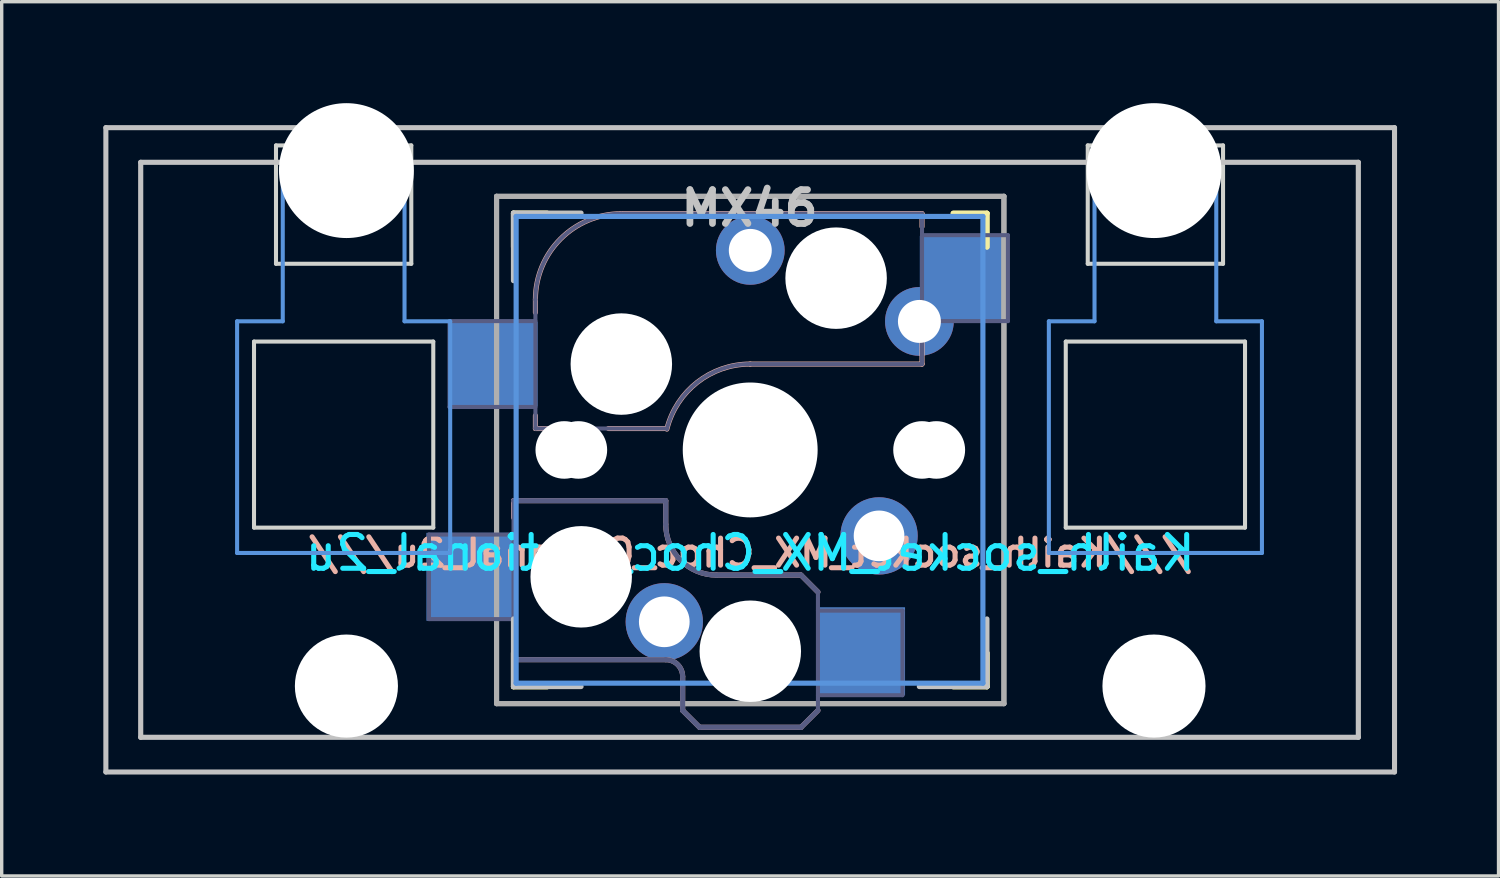
<source format=kicad_pcb>
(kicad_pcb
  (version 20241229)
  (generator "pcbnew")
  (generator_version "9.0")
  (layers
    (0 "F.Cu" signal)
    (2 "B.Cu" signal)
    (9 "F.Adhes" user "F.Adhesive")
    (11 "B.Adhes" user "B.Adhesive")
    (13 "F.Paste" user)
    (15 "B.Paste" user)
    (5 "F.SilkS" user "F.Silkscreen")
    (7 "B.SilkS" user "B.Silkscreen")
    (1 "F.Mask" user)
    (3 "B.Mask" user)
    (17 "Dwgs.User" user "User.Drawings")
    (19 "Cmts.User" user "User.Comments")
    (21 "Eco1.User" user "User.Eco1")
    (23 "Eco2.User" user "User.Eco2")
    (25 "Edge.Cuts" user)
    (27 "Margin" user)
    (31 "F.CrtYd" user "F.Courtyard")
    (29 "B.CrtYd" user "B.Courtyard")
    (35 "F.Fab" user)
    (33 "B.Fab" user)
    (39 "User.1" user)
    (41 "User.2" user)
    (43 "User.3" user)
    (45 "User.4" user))
  (footprint "Kailh_socket_MX_Choc_Optional_2u"
    (layer "F.Cu")
    (at 19.13 10.249)
    (property "Reference" "Kailh_socket_MX_Choc_Optional_2u" (at 0 3.048 0) (layer "B.CrtYd") (effects (font (size 1 1) (thickness 0.15)) (justify mirror)))
    (attr smd)
    (fp_line (start -7 -5.995) (end -7 -6.995) (stroke (width 0.15) (type solid)) (layer "F.SilkS"))
    (fp_line (start -7 7.005) (end -7 6.005) (stroke (width 0.15) (type solid)) (layer "F.SilkS"))
    (fp_line (start -7 7.005) (end -6 7.005) (stroke (width 0.15) (type solid)) (layer "F.SilkS"))
    (fp_line (start -6.997 -5.995) (end -6.997 -6.995) (stroke (width 0.15) (type solid)) (layer "F.SilkS"))
    (fp_line (start -6.997 7.005) (end -6.997 6.005) (stroke (width 0.15) (type solid)) (layer "F.SilkS"))
    (fp_line (start -6.997 7.005) (end -5.997 7.005) (stroke (width 0.15) (type solid)) (layer "F.SilkS"))
    (fp_line (start -6 -6.995) (end -7 -6.995) (stroke (width 0.15) (type solid)) (layer "F.SilkS"))
    (fp_line (start -5.997 -6.995) (end -6.997 -6.995) (stroke (width 0.15) (type solid)) (layer "F.SilkS"))
    (fp_line (start 6 7.005) (end 7 7.005) (stroke (width 0.15) (type solid)) (layer "F.SilkS"))
    (fp_line (start 6.003 7.005) (end 7.003 7.005) (stroke (width 0.15) (type solid)) (layer "F.SilkS"))
    (fp_line (start 7 -6.995) (end 6 -6.995) (stroke (width 0.15) (type solid)) (layer "F.SilkS"))
    (fp_line (start 7 -6.995) (end 7 -5.995) (stroke (width 0.15) (type solid)) (layer "F.SilkS"))
    (fp_line (start 7 6.005) (end 7 7.005) (stroke (width 0.15) (type solid)) (layer "F.SilkS"))
    (fp_line (start 7.003 -6.995) (end 6.003 -6.995) (stroke (width 0.15) (type solid)) (layer "F.SilkS"))
    (fp_line (start 7.003 -6.995) (end 7.003 -5.995) (stroke (width 0.15) (type solid)) (layer "F.SilkS"))
    (fp_line (start 7.003 6.005) (end 7.003 7.005) (stroke (width 0.15) (type solid)) (layer "F.SilkS"))
    (fp_line (start -6.997 1.504) (end -6.997 2.005) (stroke (width 0.15) (type solid)) (layer "B.SilkS"))
    (fp_line (start -6.997 5.604) (end -6.997 6.205) (stroke (width 0.15) (type solid)) (layer "B.SilkS"))
    (fp_line (start -6.997 6.205) (end -2.497 6.205) (stroke (width 0.15) (type solid)) (layer "B.SilkS"))
    (fp_line (start -6.35 -4.441) (end -6.35 -4.059) (stroke (width 0.15) (type solid)) (layer "B.SilkS"))
    (fp_line (start -6.35 -1.012) (end -6.35 -0.63) (stroke (width 0.15) (type solid)) (layer "B.SilkS"))
    (fp_line (start -6.35 -0.63) (end -5.969 -0.63) (stroke (width 0.15) (type solid)) (layer "B.SilkS"))
    (fp_line (start -4.191 -0.63) (end -2.54 -0.63) (stroke (width 0.15) (type solid)) (layer "B.SilkS"))
    (fp_line (start -2.497 1.504) (end -6.997 1.504) (stroke (width 0.15) (type solid)) (layer "B.SilkS"))
    (fp_line (start -2.497 2.204) (end -2.497 1.504) (stroke (width 0.15) (type solid)) (layer "B.SilkS"))
    (fp_line (start -1.997 6.705) (end -1.997 7.705) (stroke (width 0.15) (type solid)) (layer "B.SilkS"))
    (fp_line (start -1.497 8.204) (end -1.997 7.705) (stroke (width 0.15) (type solid)) (layer "B.SilkS"))
    (fp_line (start 0 -2.535) (end 5.08 -2.535) (stroke (width 0.15) (type solid)) (layer "B.SilkS"))
    (fp_line (start 1.503 3.704) (end -0.997 3.704) (stroke (width 0.15) (type solid)) (layer "B.SilkS"))
    (fp_line (start 1.503 8.204) (end -1.497 8.204) (stroke (width 0.15) (type solid)) (layer "B.SilkS"))
    (fp_line (start 2.003 4.205) (end 1.503 3.704) (stroke (width 0.15) (type solid)) (layer "B.SilkS"))
    (fp_line (start 2.003 7.705) (end 1.503 8.204) (stroke (width 0.15) (type solid)) (layer "B.SilkS"))
    (fp_line (start 5.08 -6.981) (end -3.81 -6.981) (stroke (width 0.15) (type solid)) (layer "B.SilkS"))
    (fp_line (start 5.08 -6.599) (end 5.08 -6.981) (stroke (width 0.15) (type solid)) (layer "B.SilkS"))
    (fp_line (start 5.08 -2.535) (end 5.08 -3.551) (stroke (width 0.15) (type solid)) (layer "B.SilkS"))
    (fp_arc (start -6.35 -4.4405) (mid -5.606051 -6.236551) (end -3.81 -6.9805) (stroke (width 0.15) (type solid)) (layer "B.SilkS"))
    (fp_arc (start -2.497 6.2045) (mid -2.143447 6.350947) (end -1.997 6.7045) (stroke (width 0.15) (type solid)) (layer "B.SilkS"))
    (fp_arc (start -2.464162 -0.61154) (mid -1.563147 -1.997542) (end 0 -2.5355) (stroke (width 0.15) (type solid)) (layer "B.SilkS"))
    (fp_arc (start -0.997 3.7045) (mid -2.05766 3.26516) (end -2.497 2.2045) (stroke (width 0.15) (type solid)) (layer "B.SilkS"))
    (fp_line (start -19.05 -9.525) (end 19.05 -9.525) (stroke (width 0.15) (type solid)) (layer "Dwgs.User"))
    (fp_line (start -19.05 9.525) (end -19.05 -9.525) (stroke (width 0.15) (type solid)) (layer "Dwgs.User"))
    (fp_line (start -18.02 -8.5) (end 17.98 -8.5) (stroke (width 0.152) (type solid)) (layer "Dwgs.User"))
    (fp_line (start -18.02 8.5) (end -18.02 -8.5) (stroke (width 0.152) (type solid)) (layer "Dwgs.User"))
    (fp_line (start -7 -7) (end -7 -5) (stroke (width 0.15) (type solid)) (layer "Dwgs.User"))
    (fp_line (start -7 5) (end -7 7) (stroke (width 0.15) (type solid)) (layer "Dwgs.User"))
    (fp_line (start -7 7) (end -5 7) (stroke (width 0.15) (type solid)) (layer "Dwgs.User"))
    (fp_line (start -5 -7) (end -7 -7) (stroke (width 0.15) (type solid)) (layer "Dwgs.User"))
    (fp_line (start 5 7) (end 7 7) (stroke (width 0.15) (type solid)) (layer "Dwgs.User"))
    (fp_line (start 7 7) (end 7 5) (stroke (width 0.15) (type solid)) (layer "Dwgs.User"))
    (fp_line (start 17.98 -8.5) (end 17.98 8.5) (stroke (width 0.152) (type solid)) (layer "Dwgs.User"))
    (fp_line (start 17.98 8.5) (end -18.02 8.5) (stroke (width 0.152) (type solid)) (layer "Dwgs.User"))
    (fp_line (start 19.05 -9.525) (end 19.05 9.525) (stroke (width 0.15) (type solid)) (layer "Dwgs.User"))
    (fp_line (start 19.05 9.525) (end -19.05 9.525) (stroke (width 0.15) (type solid)) (layer "Dwgs.User"))
    (fp_line (start -15.17 -3.8) (end -13.82 -3.8) (stroke (width 0.12) (type solid)) (layer "Cmts.User"))
    (fp_line (start -15.17 3.05) (end -15.17 -3.8) (stroke (width 0.12) (type solid)) (layer "Cmts.User"))
    (fp_line (start -15.17 3.05) (end -8.87 3.05) (stroke (width 0.12) (type solid)) (layer "Cmts.User"))
    (fp_line (start -13.82 -8.45) (end -13.82 -3.8) (stroke (width 0.12) (type solid)) (layer "Cmts.User"))
    (fp_line (start -13.82 -8.45) (end -10.22 -8.45) (stroke (width 0.12) (type solid)) (layer "Cmts.User"))
    (fp_line (start -10.22 -8.45) (end -10.22 -3.8) (stroke (width 0.12) (type solid)) (layer "Cmts.User"))
    (fp_line (start -10.22 -3.8) (end -8.87 -3.8) (stroke (width 0.12) (type solid)) (layer "Cmts.User"))
    (fp_line (start -8.87 3.05) (end -8.87 -3.8) (stroke (width 0.12) (type solid)) (layer "Cmts.User"))
    (fp_line (start -6.92 -6.9) (end 6.88 -6.9) (stroke (width 0.152) (type solid)) (layer "Cmts.User"))
    (fp_line (start -6.92 6.9) (end -6.92 -6.9) (stroke (width 0.152) (type solid)) (layer "Cmts.User"))
    (fp_line (start 6.88 -6.9) (end 6.88 6.9) (stroke (width 0.152) (type solid)) (layer "Cmts.User"))
    (fp_line (start 6.88 6.9) (end -6.92 6.9) (stroke (width 0.152) (type solid)) (layer "Cmts.User"))
    (fp_line (start 8.83 -3.8) (end 10.18 -3.8) (stroke (width 0.12) (type solid)) (layer "Cmts.User"))
    (fp_line (start 8.83 3.05) (end 8.83 -3.8) (stroke (width 0.12) (type solid)) (layer "Cmts.User"))
    (fp_line (start 8.83 3.05) (end 15.13 3.05) (stroke (width 0.12) (type solid)) (layer "Cmts.User"))
    (fp_line (start 10.18 -8.45) (end 10.18 -3.8) (stroke (width 0.12) (type solid)) (layer "Cmts.User"))
    (fp_line (start 10.18 -8.45) (end 13.78 -8.45) (stroke (width 0.12) (type solid)) (layer "Cmts.User"))
    (fp_line (start 13.78 -8.45) (end 13.78 -3.8) (stroke (width 0.12) (type solid)) (layer "Cmts.User"))
    (fp_line (start 13.78 -3.8) (end 15.13 -3.8) (stroke (width 0.12) (type solid)) (layer "Cmts.User"))
    (fp_line (start 15.13 3.05) (end 15.13 -3.8) (stroke (width 0.12) (type solid)) (layer "Cmts.User"))
    (fp_line (start -19.07 -9.525) (end -19.07 9.525) (stroke (width 0.12) (type solid)) (layer "Eco1.User"))
    (fp_line (start -19.07 -9.525) (end 19.03 -9.525) (stroke (width 0.12) (type solid)) (layer "Eco1.User"))
    (fp_line (start -19.07 9.525) (end 19.03 9.525) (stroke (width 0.12) (type solid)) (layer "Eco1.User"))
    (fp_line (start 19.03 -9.525) (end 19.03 9.525) (stroke (width 0.12) (type solid)) (layer "Eco1.User"))
    (fp_line (start -6.9 6.904) (end -6.9 -6.896) (stroke (width 0.15) (type solid)) (layer "Eco2.User"))
    (fp_line (start -6.9 6.904) (end 6.9 6.904) (stroke (width 0.15) (type solid)) (layer "Eco2.User"))
    (fp_line (start -6.897 6.904) (end -6.897 -6.896) (stroke (width 0.15) (type solid)) (layer "Eco2.User"))
    (fp_line (start -6.897 6.904) (end 6.903 6.904) (stroke (width 0.15) (type solid)) (layer "Eco2.User"))
    (fp_line (start 6.9 -6.896) (end -6.9 -6.896) (stroke (width 0.15) (type solid)) (layer "Eco2.User"))
    (fp_line (start 6.9 -6.896) (end 6.9 6.904) (stroke (width 0.15) (type solid)) (layer "Eco2.User"))
    (fp_line (start 6.903 -6.896) (end -6.897 -6.896) (stroke (width 0.15) (type solid)) (layer "Eco2.User"))
    (fp_line (start 6.903 -6.896) (end 6.903 6.904) (stroke (width 0.15) (type solid)) (layer "Eco2.User"))
    (fp_line (start -14.67 -3.2) (end -14.67 2.3) (stroke (width 0.12) (type solid)) (layer "Edge.Cuts"))
    (fp_line (start -14.67 -3.2) (end -9.37 -3.2) (stroke (width 0.12) (type solid)) (layer "Edge.Cuts"))
    (fp_line (start -14.67 2.3) (end -9.37 2.3) (stroke (width 0.12) (type solid)) (layer "Edge.Cuts"))
    (fp_line (start -14.02 -9) (end -14.02 -5.5) (stroke (width 0.12) (type solid)) (layer "Edge.Cuts"))
    (fp_line (start -14.02 -9) (end -10.02 -9) (stroke (width 0.12) (type solid)) (layer "Edge.Cuts"))
    (fp_line (start -14.02 -5.5) (end -10.02 -5.5) (stroke (width 0.12) (type solid)) (layer "Edge.Cuts"))
    (fp_line (start -10.02 -5.5) (end -10.02 -9) (stroke (width 0.12) (type solid)) (layer "Edge.Cuts"))
    (fp_line (start -9.37 2.3) (end -9.37 -3.2) (stroke (width 0.12) (type solid)) (layer "Edge.Cuts"))
    (fp_line (start 9.33 -3.2) (end 9.33 2.3) (stroke (width 0.12) (type solid)) (layer "Edge.Cuts"))
    (fp_line (start 9.33 -3.2) (end 14.63 -3.2) (stroke (width 0.12) (type solid)) (layer "Edge.Cuts"))
    (fp_line (start 9.33 2.3) (end 14.63 2.3) (stroke (width 0.12) (type solid)) (layer "Edge.Cuts"))
    (fp_line (start 9.98 -9) (end 9.98 -5.5) (stroke (width 0.12) (type solid)) (layer "Edge.Cuts"))
    (fp_line (start 9.98 -9) (end 13.98 -9) (stroke (width 0.12) (type solid)) (layer "Edge.Cuts"))
    (fp_line (start 9.98 -5.5) (end 13.98 -5.5) (stroke (width 0.12) (type solid)) (layer "Edge.Cuts"))
    (fp_line (start 13.98 -5.5) (end 13.98 -9) (stroke (width 0.12) (type solid)) (layer "Edge.Cuts"))
    (fp_line (start 14.63 2.3) (end 14.63 -3.2) (stroke (width 0.12) (type solid)) (layer "Edge.Cuts"))
    (fp_line (start -9.497 2.505) (end -6.997 2.505) (stroke (width 0.12) (type solid)) (layer "B.Fab"))
    (fp_line (start -9.497 5.005) (end -9.497 2.505) (stroke (width 0.12) (type solid)) (layer "B.Fab"))
    (fp_line (start -8.89 -3.805) (end -8.89 -1.266) (stroke (width 0.12) (type solid)) (layer "B.Fab"))
    (fp_line (start -8.89 -1.266) (end -6.35 -1.266) (stroke (width 0.12) (type solid)) (layer "B.Fab"))
    (fp_line (start -6.997 1.504) (end -6.997 6.205) (stroke (width 0.12) (type solid)) (layer "B.Fab"))
    (fp_line (start -6.997 5.005) (end -9.497 5.005) (stroke (width 0.12) (type solid)) (layer "B.Fab"))
    (fp_line (start -6.997 6.205) (end -2.497 6.205) (stroke (width 0.15) (type solid)) (layer "B.Fab"))
    (fp_line (start -6.35 -4.441) (end -6.35 -0.63) (stroke (width 0.12) (type solid)) (layer "B.Fab"))
    (fp_line (start -6.35 -3.805) (end -8.89 -3.805) (stroke (width 0.12) (type solid)) (layer "B.Fab"))
    (fp_line (start -6.35 -0.63) (end -2.54 -0.63) (stroke (width 0.12) (type solid)) (layer "B.Fab"))
    (fp_line (start -2.497 1.504) (end -6.997 1.504) (stroke (width 0.15) (type solid)) (layer "B.Fab"))
    (fp_line (start -2.497 2.204) (end -2.497 1.504) (stroke (width 0.15) (type solid)) (layer "B.Fab"))
    (fp_line (start -1.997 6.705) (end -1.997 7.705) (stroke (width 0.15) (type solid)) (layer "B.Fab"))
    (fp_line (start -1.497 8.204) (end -1.997 7.705) (stroke (width 0.15) (type solid)) (layer "B.Fab"))
    (fp_line (start 0 -2.535) (end 5.08 -2.535) (stroke (width 0.12) (type solid)) (layer "B.Fab"))
    (fp_line (start 1.503 3.704) (end -0.997 3.704) (stroke (width 0.15) (type solid)) (layer "B.Fab"))
    (fp_line (start 1.503 8.204) (end -1.497 8.204) (stroke (width 0.15) (type solid)) (layer "B.Fab"))
    (fp_line (start 2.003 4.205) (end 1.503 3.704) (stroke (width 0.15) (type solid)) (layer "B.Fab"))
    (fp_line (start 2.003 4.255) (end 2.003 7.705) (stroke (width 0.12) (type solid)) (layer "B.Fab"))
    (fp_line (start 2.003 4.755) (end 4.503 4.755) (stroke (width 0.12) (type solid)) (layer "B.Fab"))
    (fp_line (start 2.003 7.705) (end 1.503 8.204) (stroke (width 0.15) (type solid)) (layer "B.Fab"))
    (fp_line (start 4.503 4.755) (end 4.503 7.255) (stroke (width 0.12) (type solid)) (layer "B.Fab"))
    (fp_line (start 4.503 7.255) (end 2.003 7.255) (stroke (width 0.12) (type solid)) (layer "B.Fab"))
    (fp_line (start 5.08 -6.981) (end -3.81 -6.981) (stroke (width 0.12) (type solid)) (layer "B.Fab"))
    (fp_line (start 5.08 -3.805) (end 7.62 -3.805) (stroke (width 0.12) (type solid)) (layer "B.Fab"))
    (fp_line (start 5.08 -2.535) (end 5.08 -6.981) (stroke (width 0.12) (type solid)) (layer "B.Fab"))
    (fp_line (start 7.62 -6.346) (end 5.08 -6.346) (stroke (width 0.12) (type solid)) (layer "B.Fab"))
    (fp_line (start 7.62 -3.805) (end 7.62 -6.346) (stroke (width 0.12) (type solid)) (layer "B.Fab"))
    (fp_arc (start -6.35 -4.4405) (mid -5.606051 -6.236551) (end -3.81 -6.9805) (stroke (width 0.12) (type solid)) (layer "B.Fab"))
    (fp_arc (start -2.497 6.2045) (mid -2.143447 6.350947) (end -1.997 6.7045) (stroke (width 0.15) (type solid)) (layer "B.Fab"))
    (fp_arc (start -2.464162 -0.61154) (mid -1.563147 -1.997542) (end 0 -2.5355) (stroke (width 0.12) (type solid)) (layer "B.Fab"))
    (fp_arc (start -0.997 3.7045) (mid -2.05766 3.26516) (end -2.497 2.2045) (stroke (width 0.15) (type solid)) (layer "B.Fab"))
    (fp_line (start -7.5 -7.495) (end 7.5 -7.495) (stroke (width 0.15) (type solid)) (layer "F.Fab"))
    (fp_line (start -7.5 7.505) (end -7.5 -7.495) (stroke (width 0.15) (type solid)) (layer "F.Fab"))
    (fp_line (start -7.497 -7.495) (end 7.503 -7.495) (stroke (width 0.15) (type solid)) (layer "F.Fab"))
    (fp_line (start -7.497 7.505) (end -7.497 -7.495) (stroke (width 0.15) (type solid)) (layer "F.Fab"))
    (fp_line (start 7.5 -7.495) (end 7.5 7.505) (stroke (width 0.15) (type solid)) (layer "F.Fab"))
    (fp_line (start 7.5 7.505) (end -7.5 7.505) (stroke (width 0.15) (type solid)) (layer "F.Fab"))
    (fp_line (start 7.503 -7.495) (end 7.503 7.505) (stroke (width 0.15) (type solid)) (layer "F.Fab"))
    (fp_line (start 7.503 7.505) (end -7.497 7.505) (stroke (width 0.15) (type solid)) (layer "F.Fab"))
    (fp_text user "///${REFERENCE}///" (at 0 3.048 0) (layer "B.SilkS") (effects (font (size 0.8 0.8) (thickness 0.15)) (justify mirror)))
    (fp_text user "MX46" (at -0.02 -7.144 0) (layer "Dwgs.User") (effects (font (size 1 1) (thickness 0.2))))
    (fp_text user "" (at -2.997 5.005 180) (layer "B.Fab") (effects (font (size 1 1) (thickness 0.15)) (justify mirror)))
    (fp_text user "" (at -1.905 -5.075 180) (layer "B.Fab") (effects (font (size 1 1) (thickness 0.15)) (justify mirror)))
    (fp_text user "" (at -2.537 0.639 180) (layer "B.Fab") (effects (font (size 1 1) (thickness 0.15)) (justify mirror)))
    (fp_text user "" (at 0.003 0.004 180) (layer "F.Fab") (effects (font (size 1 1) (thickness 0.15))))
    (fp_text user "" (at 0 0.004 180) (layer "F.Fab") (effects (font (size 1 1) (thickness 0.15))))
    (pad "" np_thru_hole circle (at -11.938 -8.255) (size 3.988 3.988) (drill 3.988) (layers "*.Cu" "*.Mask"))
    (pad "" np_thru_hole circle (at -11.938 6.985) (size 3.048 3.048) (drill 3.048) (layers "*.Cu" "*.Mask"))
    (pad "" np_thru_hole circle (at -5.497 0.004 180) (size 1.702 1.702) (drill 1.702) (layers "*.Cu" "*.Mask"))
    (pad "" np_thru_hole circle (at -5.08 0.004 180) (size 1.702 1.702) (drill 1.702) (layers "*.Cu" "*.Mask"))
    (pad "" np_thru_hole circle (at -4.997 3.755 180) (size 3 3) (drill 3) (layers "*.Cu" "*.Mask"))
    (pad "" np_thru_hole circle (at -3.81 -2.535 180) (size 3 3) (drill 3) (layers "*.Cu" "*.Mask"))
    (pad "" np_thru_hole circle (at 0 0.004 180) (size 3.988 3.988) (drill 3.988) (layers "*.Cu" "*.Mask"))
    (pad "" np_thru_hole circle (at 0.003 5.955 180) (size 3 3) (drill 3) (layers "*.Cu" "*.Mask"))
    (pad "" np_thru_hole circle (at 2.54 -5.075 180) (size 3 3) (drill 3) (layers "*.Cu" "*.Mask"))
    (pad "" np_thru_hole circle (at 5.08 0.004 180) (size 1.702 1.702) (drill 1.702) (layers "*.Cu" "*.Mask"))
    (pad "" np_thru_hole circle (at 5.503 0.004 180) (size 1.702 1.702) (drill 1.702) (layers "*.Cu" "*.Mask"))
    (pad "" np_thru_hole circle (at 11.938 -8.255) (size 3.988 3.988) (drill 3.988) (layers "*.Cu" "*.Mask"))
    (pad "" np_thru_hole circle (at 11.938 6.985) (size 3.048 3.048) (drill 3.048) (layers "*.Cu" "*.Mask"))
    (pad "1" smd rect (at 3.278 5.955 180) (size 2.6 2.6) (layers "B.Cu" "B.Mask" "B.Paste"))
    (pad "1" thru_hole circle (at 3.81 2.545 180) (size 2.286 2.286) (drill 1.499) (layers "*.Cu" "*.Mask"))
    (pad "1" thru_hole circle (at 5.003 -3.796 180) (size 2.032 2.032) (drill 1.27) (layers "*.Cu" "*.Mask"))
    (pad "1" smd rect (at 6.29 -5.075 180) (size 2.55 2.5) (layers "B.Cu" "B.Mask" "B.Paste"))
    (pad "2" smd rect (at -8.272 3.755 180) (size 2.6 2.6) (layers "B.Cu" "B.Mask" "B.Paste"))
    (pad "2" smd rect (at -7.56 -2.535 180) (size 2.55 2.5) (layers "B.Cu" "B.Mask" "B.Paste"))
    (pad "2" thru_hole circle (at -2.54 5.085 180) (size 2.286 2.286) (drill 1.499) (layers "*.Cu" "*.Mask"))
    (pad "2" thru_hole circle (at 0.003 -5.896 180) (size 2.032 2.032) (drill 1.27) (layers "*.Cu" "*.Mask")))
  (gr_rect
    (start -3 -3)
    (end 41.255 22.849)
    (stroke (width 0.1) (type default))
    (fill no)
    (layer "Edge.Cuts")))
</source>
